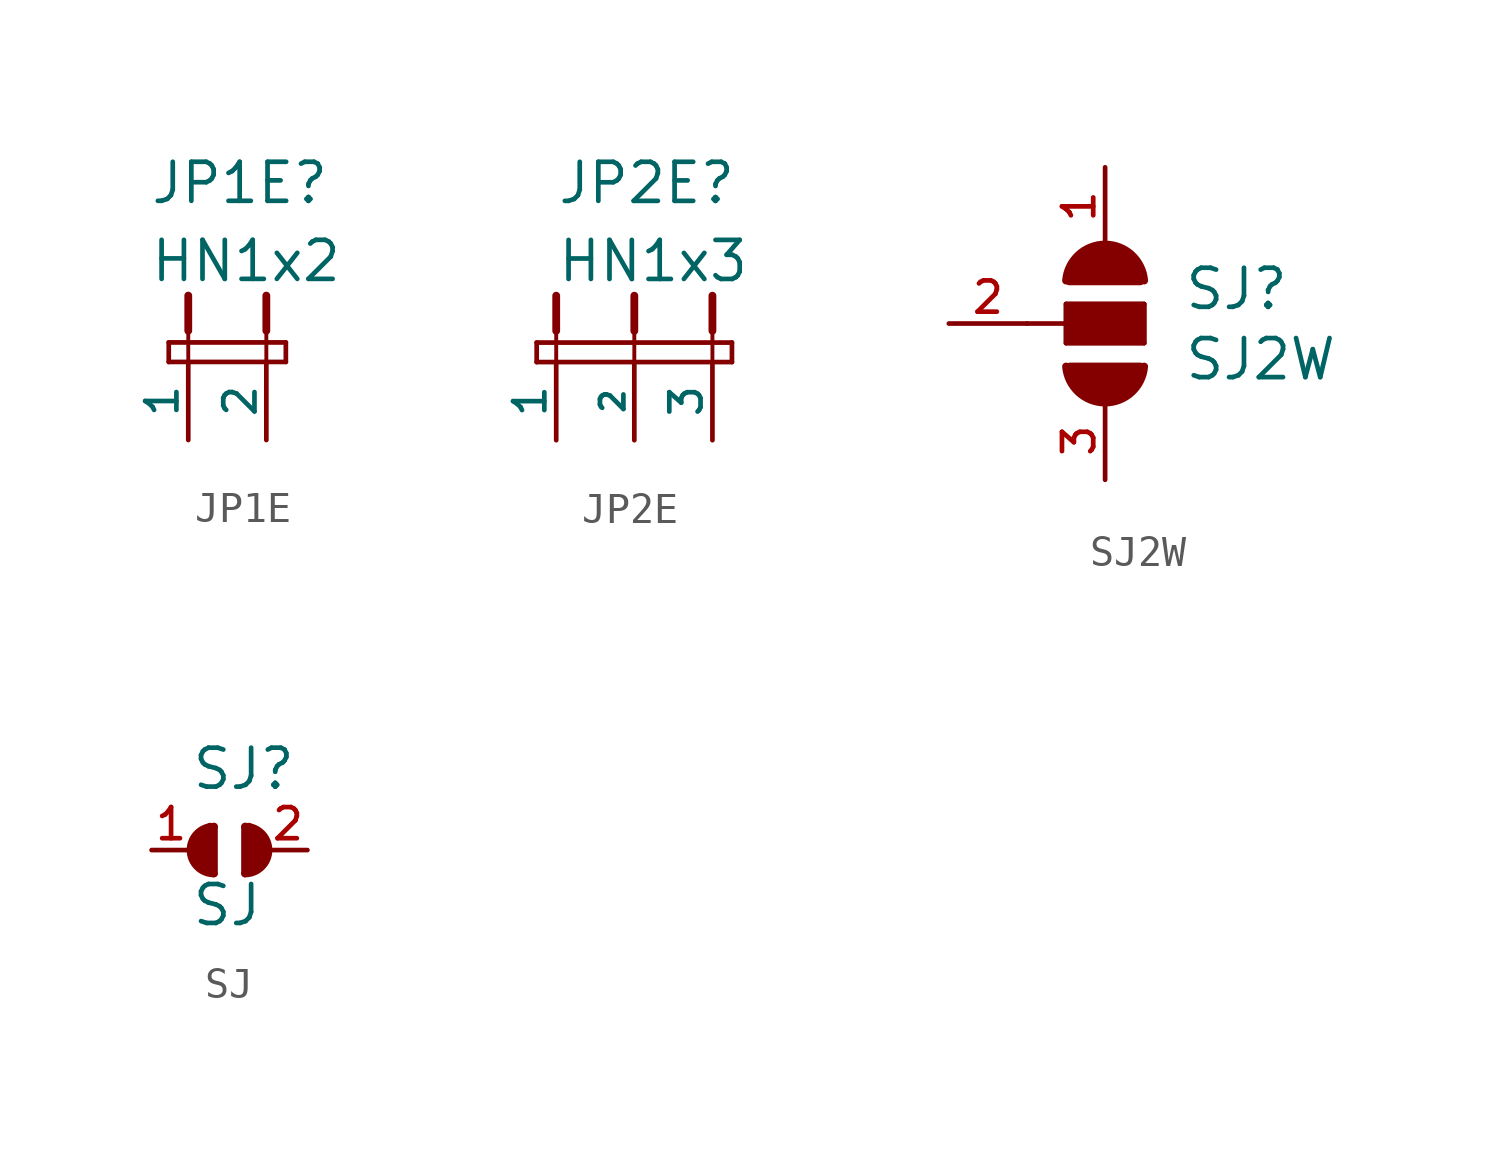
<source format=kicad_sym>
(kicad_symbol_lib
  (version 20220914)
  (generator kicad_symbol_editor)
  (symbol "JP1E"
    (pin_numbers hide)
    (pin_names
      (offset 0))
    (property "Reference" "JP1E"
      (at -1.27 5.08 0)
      (effects (font (size 1.27 1.27)) (justify left bottom)))
    (property "Value" "HN1x2"
      (at -1.27 2.54 0)
      (effects (font (size 1.27 1.27)) (justify left bottom)))
    (symbol "JP1E_0_1"
      (polyline (pts (xy 0 0) (xy 0 1.016)) (stroke (width 0.127) (type solid)) (fill (type none)))
      (polyline (pts (xy 0 1.016) (xy 0 2.159)) (stroke (width 0.254) (type solid)) (fill (type none)))
      (polyline (pts (xy 2.54 0) (xy 2.54 1.016)) (stroke (width 0.127) (type solid)) (fill (type none)))
      (polyline (pts (xy 2.54 1.016) (xy 2.54 2.159)) (stroke (width 0.254) (type solid)) (fill (type none))))
    (symbol "JP1E_1_0"
      (polyline (pts (xy -0.635 0) (xy 3.175 0)) (stroke (width 0) (type solid)) (fill (type none)))
      (polyline (pts (xy -0.635 0.635) (xy -0.635 0)) (stroke (width 0) (type solid)) (fill (type none)))
      (polyline (pts (xy 3.175 0) (xy 3.175 0.635)) (stroke (width 0) (type solid)) (fill (type none)))
      (polyline (pts (xy 3.175 0.635) (xy -0.635 0.635)) (stroke (width 0) (type solid)) (fill (type none))))
    (symbol "JP1E_1_1"
      (pin passive line (at 0 -2.54 90) (length 2.54) (name "1" (effects (font (size 1.016 1.016)))) (number "1" (effects (font (size 1.016 1.016)))))
      (pin passive line (at 2.54 -2.54 90) (length 2.54) (name "2" (effects (font (size 1.016 1.016)))) (number "2" (effects (font (size 1.016 1.016)))))))
  (symbol "JP2E"
    (pin_numbers hide)
    (pin_names
      (offset 0))
    (property "Reference" "JP2E"
      (at -2.54 5.08 0)
      (effects (font (size 1.27 1.27)) (justify left bottom)))
    (property "Value" "HN1x3"
      (at -2.54 2.54 0)
      (effects (font (size 1.27 1.27)) (justify left bottom)))
    (symbol "JP2E_0_1"
      (polyline (pts (xy -2.54 0) (xy -2.54 1.016)) (stroke (width 0.127) (type solid)) (fill (type none)))
      (polyline (pts (xy -2.54 1.016) (xy -2.54 2.159)) (stroke (width 0.254) (type solid)) (fill (type none)))
      (polyline (pts (xy 0 0) (xy 0 1.016)) (stroke (width 0.127) (type solid)) (fill (type none)))
      (polyline (pts (xy 0 1.016) (xy 0 2.159)) (stroke (width 0.254) (type solid)) (fill (type none)))
      (polyline (pts (xy 2.54 0) (xy 2.54 1.016)) (stroke (width 0.127) (type solid)) (fill (type none)))
      (polyline (pts (xy 2.54 1.016) (xy 2.54 2.159)) (stroke (width 0.254) (type solid)) (fill (type none))))
    (symbol "JP2E_1_0"
      (polyline (pts (xy -3.175 0) (xy 3.175 0)) (stroke (width 0) (type solid)) (fill (type none)))
      (polyline (pts (xy -3.175 0.635) (xy -3.175 0)) (stroke (width 0) (type solid)) (fill (type none)))
      (polyline (pts (xy 3.175 0) (xy 3.175 0.635)) (stroke (width 0) (type solid)) (fill (type none)))
      (polyline (pts (xy 3.175 0.635) (xy -3.175 0.635)) (stroke (width 0) (type solid)) (fill (type none))))
    (symbol "JP2E_1_1"
      (pin passive line (at -2.54 -2.54 90) (length 2.54) (name "1" (effects (font (size 1.016 1.016)))) (number "1" (effects (font (size 1.016 1.016)))))
      (pin passive line (at 0 -2.54 90) (length 2.54) (name "2" (effects (font (size 0.762 0.762)))) (number "2" (effects (font (size 1.016 1.016)))))
      (pin passive line (at 2.54 -2.54 90) (length 2.54) (name "3" (effects (font (size 1.016 1.016)))) (number "3" (effects (font (size 1.016 1.016)))))))
  (symbol "SJ2W"
    (pin_names
      (offset 1.016) hide)
    (property "Reference" "SJ"
      (at 2.54 0.381 0)
      (effects (font (size 1.27 1.27)) (justify left bottom)))
    (property "Value" "SJ2W"
      (at 2.54 -1.905 0)
      (effects (font (size 1.27 1.27)) (justify left bottom)))
    (property "Datasheet" ""
      (at 0 0 0)
      (effects (font (size 1.524 1.524))))
    (symbol "SJ2W_1_0"
      (polyline (pts (xy -2.54 0) (xy -1.27 0)) (stroke (width 0) (type solid)) (fill (type none)))
      (polyline (pts (xy -1.27 -0.635) (xy -1.27 0)) (stroke (width 0) (type solid)) (fill (type none)))
      (polyline (pts (xy -1.27 0) (xy -1.27 0.635)) (stroke (width 0) (type solid)) (fill (type none)))
      (polyline (pts (xy -1.27 0.635) (xy 1.27 0.635)) (stroke (width 0) (type solid)) (fill (type none)))
      (polyline (pts (xy 1.27 -0.635) (xy -1.27 -0.635)) (stroke (width 0) (type solid)) (fill (type none)))
      (polyline (pts (xy 1.27 0.635) (xy 1.27 -0.635)) (stroke (width 0) (type solid)) (fill (type none))))
    (symbol "SJ2W_1_1"
      (arc (start -1.27 -1.397) (mid 0 -2.5695) (end 1.27 -1.397) (stroke (width 0.254) (type solid)) (fill (type outline)))
      (rectangle (start -1.27 -0.635) (end 1.27 0.635) (stroke (width 0) (type solid)) (fill (type outline)))
      (polyline (pts (xy -1.168 1.372) (xy 1.143 1.372)) (stroke (width 0.254) (type solid)) (fill (type none)))
      (polyline (pts (xy -1.143 -1.397) (xy 1.143 -1.397)) (stroke (width 0.254) (type solid)) (fill (type none)))
      (arc (start 1.27 1.397) (mid 0 2.5695) (end -1.27 1.397) (stroke (width 0.254) (type solid)) (fill (type outline)))
      (pin passive line (at 0 5.08 270) (length 2.54) (name "1" (effects (font (size 0.508 0.508)))) (number "1" (effects (font (size 1.016 1.016)))))
      (pin passive line (at -5.08 0 0) (length 2.54) (name "2" (effects (font (size 0.508 0.508)))) (number "2" (effects (font (size 1.016 1.016)))))
      (pin passive line (at 0 -5.08 90) (length 2.54) (name "3" (effects (font (size 0.508 0.508)))) (number "3" (effects (font (size 1.016 1.016)))))))
  (symbol "SJ"
    (pin_names
      (offset 1.016) hide)
    (property "Reference" "SJ"
      (at -1.27 1.905 0)
      (effects (font (size 1.27 1.27)) (justify left bottom)))
    (property "Value" "SJ"
      (at -1.27 -2.54 0)
      (effects (font (size 1.27 1.27)) (justify left bottom)))
    (property "Datasheet" ""
      (at 0 0 0)
      (effects (font (size 1.524 1.524))))
    (symbol "SJ_0_1"
      (arc (start -0.508 0.762) (mid -1.2667 0) (end -0.508 -0.762) (stroke (width 0.254) (type solid)) (fill (type none)))
      (polyline (pts (xy -1.143 0.381) (xy -1.143 -0.254)) (stroke (width 0.254) (type solid)) (fill (type none)))
      (polyline (pts (xy -1.016 0.508) (xy -1.016 -0.508)) (stroke (width 0.254) (type solid)) (fill (type none)))
      (polyline (pts (xy -0.889 0.508) (xy -0.889 -0.508)) (stroke (width 0.254) (type solid)) (fill (type none)))
      (polyline (pts (xy -0.762 0.635) (xy -0.762 -0.635)) (stroke (width 0.254) (type solid)) (fill (type none)))
      (polyline (pts (xy -0.635 0.762) (xy -0.635 -0.635)) (stroke (width 0.254) (type solid)) (fill (type none)))
      (polyline (pts (xy -0.508 0.762) (xy -0.508 -0.762)) (stroke (width 0.254) (type solid)) (fill (type none)))
      (polyline (pts (xy 0.508 0.762) (xy 0.508 -0.762)) (stroke (width 0.254) (type solid)) (fill (type none)))
      (polyline (pts (xy 0.635 0.762) (xy 0.635 -0.635)) (stroke (width 0.254) (type solid)) (fill (type none)))
      (polyline (pts (xy 0.762 0.635) (xy 0.762 -0.635)) (stroke (width 0.254) (type solid)) (fill (type none)))
      (polyline (pts (xy 0.889 0.508) (xy 0.889 -0.508)) (stroke (width 0.254) (type solid)) (fill (type none)))
      (polyline (pts (xy 1.016 0.508) (xy 1.016 -0.381)) (stroke (width 0.254) (type solid)) (fill (type none)))
      (polyline (pts (xy 1.143 0.381) (xy 1.143 -0.381)) (stroke (width 0.254) (type solid)) (fill (type none)))
      (arc (start 0.508 -0.762) (mid 1.0468 -0.5388) (end 1.27 0) (stroke (width 0.254) (type solid)) (fill (type none)))
      (arc (start 1.27 0) (mid 1.0468 0.5388) (end 0.508 0.762) (stroke (width 0.254) (type solid)) (fill (type none))))
    (symbol "SJ_1_1"
      (pin passive line (at -2.54 0 0) (length 1.27) (name "1" (effects (font (size 0.508 0.508)))) (number "1" (effects (font (size 1.016 1.016)))))
      (pin passive line (at 2.54 0 180) (length 1.27) (name "2" (effects (font (size 0.508 0.508)))) (number "2" (effects (font (size 1.016 1.016))))))))
</source>
